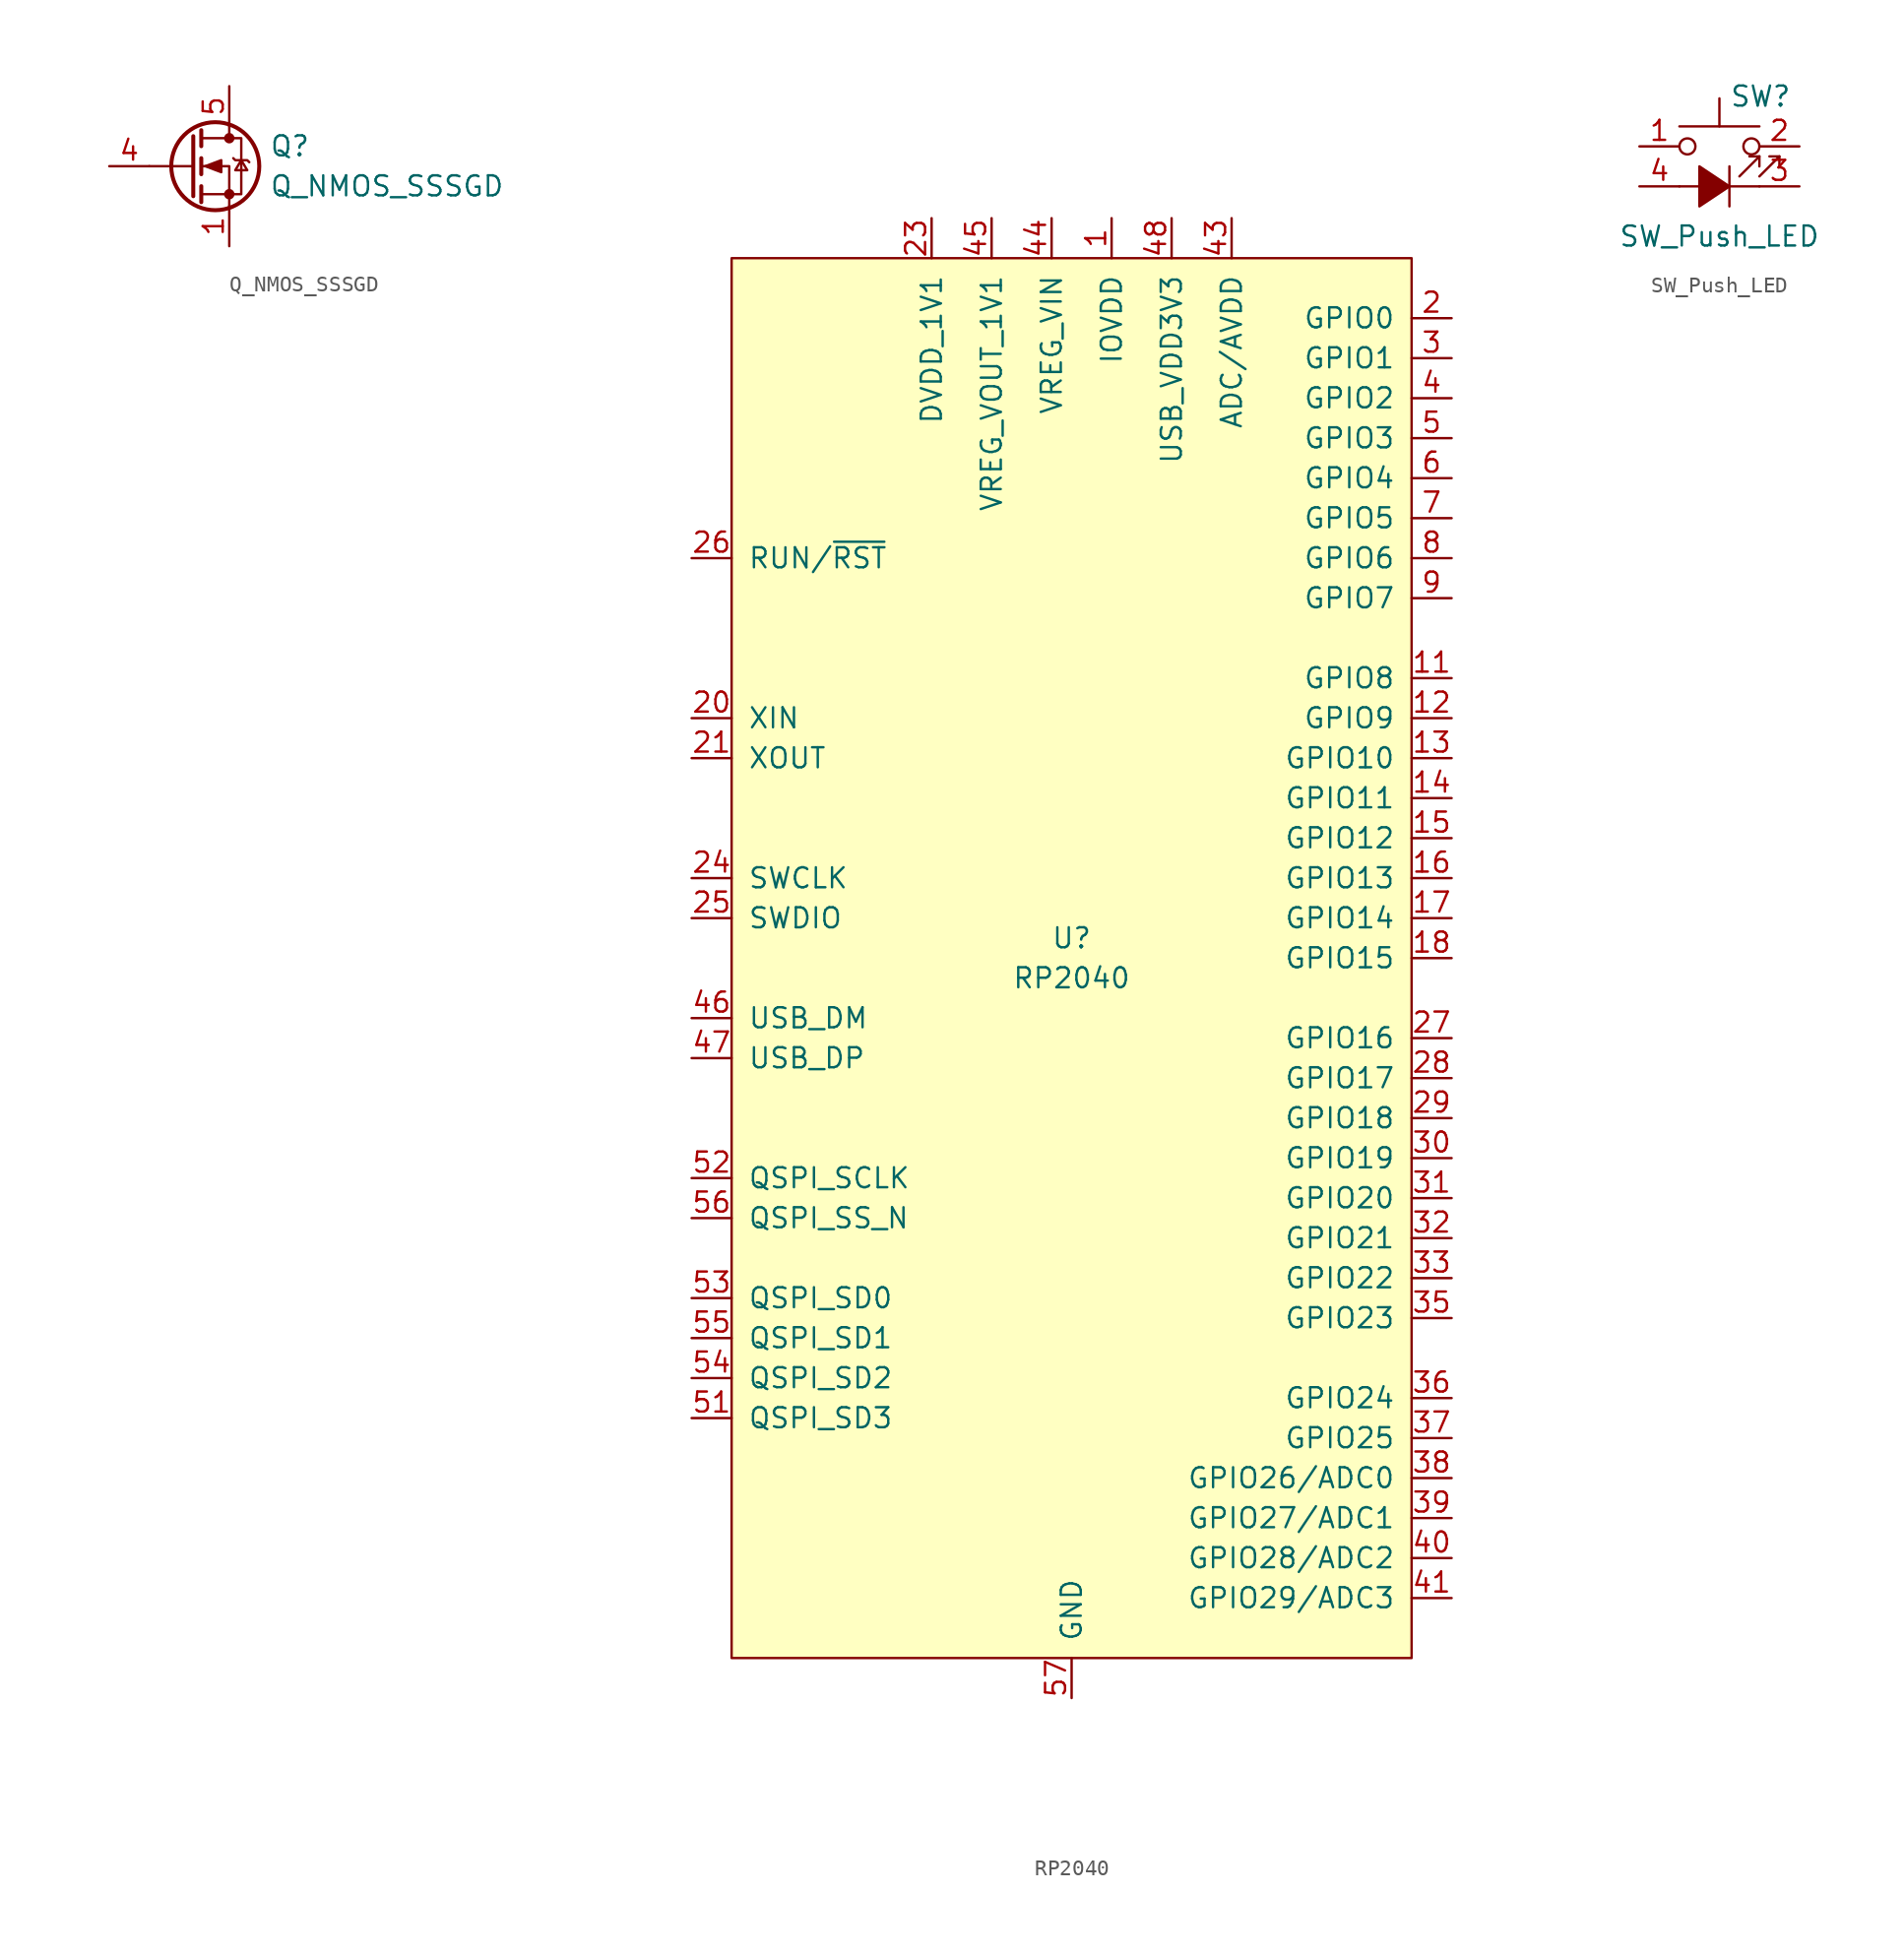
<source format=kicad_sym>
(kicad_symbol_lib
  (version 20231120)
  (generator "kicad_symbol_editor")
  (generator_version "8.0")
  (symbol "Q_NMOS_SSSGD"
    (pin_names
      (offset 0) hide)
    (property "Reference" "Q"
      (at 5.08 1.27 0)
      (effects (font (size 1.27 1.27)) (justify left)))
    (property "Value" "Q_NMOS_SSSGD"
      (at 5.08 -1.27 0)
      (effects (font (size 1.27 1.27)) (justify left)))
    (symbol "Q_NMOS_SSSGD_0_1"
      (polyline (pts (xy 0.254 0) (xy -2.54 0)) (stroke (width 0) (type solid)) (fill (type none)))
      (polyline (pts (xy 0.254 1.905) (xy 0.254 -1.905)) (stroke (width 0.254) (type solid)) (fill (type none)))
      (polyline (pts (xy 0.762 -1.27) (xy 0.762 -2.286)) (stroke (width 0.254) (type solid)) (fill (type none)))
      (polyline (pts (xy 0.762 0.508) (xy 0.762 -0.508)) (stroke (width 0.254) (type solid)) (fill (type none)))
      (polyline (pts (xy 0.762 2.286) (xy 0.762 1.27)) (stroke (width 0.254) (type solid)) (fill (type none)))
      (polyline (pts (xy 2.54 2.54) (xy 2.54 1.778)) (stroke (width 0) (type solid)) (fill (type none)))
      (polyline (pts (xy 2.54 -2.54) (xy 2.54 0) (xy 0.762 0)) (stroke (width 0) (type solid)) (fill (type none)))
      (polyline (pts (xy 0.762 -1.778) (xy 3.302 -1.778) (xy 3.302 1.778) (xy 0.762 1.778)) (stroke (width 0) (type solid)) (fill (type none)))
      (polyline (pts (xy 1.016 0) (xy 2.032 0.381) (xy 2.032 -0.381) (xy 1.016 0)) (stroke (width 0) (type solid)) (fill (type outline)))
      (polyline (pts (xy 2.794 0.508) (xy 2.921 0.381) (xy 3.683 0.381) (xy 3.81 0.254)) (stroke (width 0) (type solid)) (fill (type none)))
      (polyline (pts (xy 3.302 0.381) (xy 2.921 -0.254) (xy 3.683 -0.254) (xy 3.302 0.381)) (stroke (width 0) (type solid)) (fill (type none)))
      (circle (center 1.651 0) (radius 2.794) (stroke (width 0.254) (type solid)) (fill (type none)))
      (circle (center 2.54 -1.778) (radius 0.254) (stroke (width 0) (type solid)) (fill (type outline)))
      (circle (center 2.54 1.778) (radius 0.254) (stroke (width 0) (type solid)) (fill (type outline))))
    (symbol "Q_NMOS_SSSGD_1_1"
      (pin passive line (at 2.54 -5.08 90) (length 2.54) (name "S" (effects (font (size 1.27 1.27)))) (number "1" (effects (font (size 1.27 1.27)))))
      (pin passive line (at 2.54 -5.08 90) (length 2.54) hide (name "S" (effects (font (size 1.27 1.27)))) (number "2" (effects (font (size 1.27 1.27)))))
      (pin passive line (at 2.54 -5.08 90) (length 2.54) hide (name "S" (effects (font (size 1.27 1.27)))) (number "3" (effects (font (size 1.27 1.27)))))
      (pin input line (at -5.08 0 0) (length 2.54) (name "G" (effects (font (size 1.27 1.27)))) (number "4" (effects (font (size 1.27 1.27)))))
      (pin passive line (at 2.54 5.08 270) (length 2.54) (name "D" (effects (font (size 1.27 1.27)))) (number "5" (effects (font (size 1.27 1.27)))))))
  (symbol "RP2040"
    (pin_names
      (offset 1.016))
    (property "Reference" "U"
      (at 0 1.27 0)
      (effects (font (size 1.27 1.27))))
    (property "Value" "RP2040"
      (at 0 -1.27 0)
      (effects (font (size 1.27 1.27))))
    (symbol "RP2040_0_1"
      (rectangle (start 21.59 44.45) (end -21.59 -44.45) (stroke (width 0) (type solid)) (fill (type background))))
    (symbol "RP2040_1_1"
      (pin power_in line (at 2.54 46.99 270) (length 2.54) (name "IOVDD" (effects (font (size 1.27 1.27)))) (number "1" (effects (font (size 1.27 1.27)))))
      (pin passive line (at 2.54 46.99 270) (length 2.54) hide (name "IOVDD" (effects (font (size 1.27 1.27)))) (number "10" (effects (font (size 1.27 1.27)))))
      (pin bidirectional line (at 24.13 17.78 180) (length 2.54) (name "GPIO8" (effects (font (size 1.27 1.27)))) (number "11" (effects (font (size 1.27 1.27)))))
      (pin bidirectional line (at 24.13 15.24 180) (length 2.54) (name "GPIO9" (effects (font (size 1.27 1.27)))) (number "12" (effects (font (size 1.27 1.27)))))
      (pin bidirectional line (at 24.13 12.7 180) (length 2.54) (name "GPIO10" (effects (font (size 1.27 1.27)))) (number "13" (effects (font (size 1.27 1.27)))))
      (pin bidirectional line (at 24.13 10.16 180) (length 2.54) (name "GPIO11" (effects (font (size 1.27 1.27)))) (number "14" (effects (font (size 1.27 1.27)))))
      (pin bidirectional line (at 24.13 7.62 180) (length 2.54) (name "GPIO12" (effects (font (size 1.27 1.27)))) (number "15" (effects (font (size 1.27 1.27)))))
      (pin bidirectional line (at 24.13 5.08 180) (length 2.54) (name "GPIO13" (effects (font (size 1.27 1.27)))) (number "16" (effects (font (size 1.27 1.27)))))
      (pin bidirectional line (at 24.13 2.54 180) (length 2.54) (name "GPIO14" (effects (font (size 1.27 1.27)))) (number "17" (effects (font (size 1.27 1.27)))))
      (pin bidirectional line (at 24.13 0 180) (length 2.54) (name "GPIO15" (effects (font (size 1.27 1.27)))) (number "18" (effects (font (size 1.27 1.27)))))
      (pin passive line (at 0 -46.99 90) (length 2.54) hide (name "TESTEN" (effects (font (size 1.27 1.27)))) (number "19" (effects (font (size 1.27 1.27)))))
      (pin bidirectional line (at 24.13 40.64 180) (length 2.54) (name "GPIO0" (effects (font (size 1.27 1.27)))) (number "2" (effects (font (size 1.27 1.27)))))
      (pin input line (at -24.13 15.24 0) (length 2.54) (name "XIN" (effects (font (size 1.27 1.27)))) (number "20" (effects (font (size 1.27 1.27)))))
      (pin output line (at -24.13 12.7 0) (length 2.54) (name "XOUT" (effects (font (size 1.27 1.27)))) (number "21" (effects (font (size 1.27 1.27)))))
      (pin passive line (at 2.54 46.99 270) (length 2.54) hide (name "IOVDD" (effects (font (size 1.27 1.27)))) (number "22" (effects (font (size 1.27 1.27)))))
      (pin power_in line (at -8.89 46.99 270) (length 2.54) (name "DVDD_1V1" (effects (font (size 1.27 1.27)))) (number "23" (effects (font (size 1.27 1.27)))))
      (pin output line (at -24.13 5.08 0) (length 2.54) (name "SWCLK" (effects (font (size 1.27 1.27)))) (number "24" (effects (font (size 1.27 1.27)))))
      (pin bidirectional line (at -24.13 2.54 0) (length 2.54) (name "SWDIO" (effects (font (size 1.27 1.27)))) (number "25" (effects (font (size 1.27 1.27)))))
      (pin input line (at -24.13 25.4 0) (length 2.54) (name "RUN/~{RST}" (effects (font (size 1.27 1.27)))) (number "26" (effects (font (size 1.27 1.27)))))
      (pin bidirectional line (at 24.13 -5.08 180) (length 2.54) (name "GPIO16" (effects (font (size 1.27 1.27)))) (number "27" (effects (font (size 1.27 1.27)))))
      (pin bidirectional line (at 24.13 -7.62 180) (length 2.54) (name "GPIO17" (effects (font (size 1.27 1.27)))) (number "28" (effects (font (size 1.27 1.27)))))
      (pin bidirectional line (at 24.13 -10.16 180) (length 2.54) (name "GPIO18" (effects (font (size 1.27 1.27)))) (number "29" (effects (font (size 1.27 1.27)))))
      (pin bidirectional line (at 24.13 38.1 180) (length 2.54) (name "GPIO1" (effects (font (size 1.27 1.27)))) (number "3" (effects (font (size 1.27 1.27)))))
      (pin bidirectional line (at 24.13 -12.7 180) (length 2.54) (name "GPIO19" (effects (font (size 1.27 1.27)))) (number "30" (effects (font (size 1.27 1.27)))))
      (pin bidirectional line (at 24.13 -15.24 180) (length 2.54) (name "GPIO20" (effects (font (size 1.27 1.27)))) (number "31" (effects (font (size 1.27 1.27)))))
      (pin bidirectional line (at 24.13 -17.78 180) (length 2.54) (name "GPIO21" (effects (font (size 1.27 1.27)))) (number "32" (effects (font (size 1.27 1.27)))))
      (pin bidirectional line (at 24.13 -20.32 180) (length 2.54) (name "GPIO22" (effects (font (size 1.27 1.27)))) (number "33" (effects (font (size 1.27 1.27)))))
      (pin passive line (at 2.54 46.99 270) (length 2.54) hide (name "IOVDD" (effects (font (size 1.27 1.27)))) (number "34" (effects (font (size 1.27 1.27)))))
      (pin bidirectional line (at 24.13 -22.86 180) (length 2.54) (name "GPIO23" (effects (font (size 1.27 1.27)))) (number "35" (effects (font (size 1.27 1.27)))))
      (pin bidirectional line (at 24.13 -27.94 180) (length 2.54) (name "GPIO24" (effects (font (size 1.27 1.27)))) (number "36" (effects (font (size 1.27 1.27)))))
      (pin bidirectional line (at 24.13 -30.48 180) (length 2.54) (name "GPIO25" (effects (font (size 1.27 1.27)))) (number "37" (effects (font (size 1.27 1.27)))))
      (pin bidirectional line (at 24.13 -33.02 180) (length 2.54) (name "GPIO26/ADC0" (effects (font (size 1.27 1.27)))) (number "38" (effects (font (size 1.27 1.27)))))
      (pin bidirectional line (at 24.13 -35.56 180) (length 2.54) (name "GPIO27/ADC1" (effects (font (size 1.27 1.27)))) (number "39" (effects (font (size 1.27 1.27)))))
      (pin bidirectional line (at 24.13 35.56 180) (length 2.54) (name "GPIO2" (effects (font (size 1.27 1.27)))) (number "4" (effects (font (size 1.27 1.27)))))
      (pin bidirectional line (at 24.13 -38.1 180) (length 2.54) (name "GPIO28/ADC2" (effects (font (size 1.27 1.27)))) (number "40" (effects (font (size 1.27 1.27)))))
      (pin bidirectional line (at 24.13 -40.64 180) (length 2.54) (name "GPIO29/ADC3" (effects (font (size 1.27 1.27)))) (number "41" (effects (font (size 1.27 1.27)))))
      (pin passive line (at 2.54 46.99 270) (length 2.54) hide (name "IOVDD" (effects (font (size 1.27 1.27)))) (number "42" (effects (font (size 1.27 1.27)))))
      (pin power_in line (at 10.16 46.99 270) (length 2.54) (name "ADC/AVDD" (effects (font (size 1.27 1.27)))) (number "43" (effects (font (size 1.27 1.27)))))
      (pin power_in line (at -1.27 46.99 270) (length 2.54) (name "VREG_VIN" (effects (font (size 1.27 1.27)))) (number "44" (effects (font (size 1.27 1.27)))))
      (pin power_out line (at -5.08 46.99 270) (length 2.54) (name "VREG_VOUT_1V1" (effects (font (size 1.27 1.27)))) (number "45" (effects (font (size 1.27 1.27)))))
      (pin bidirectional line (at -24.13 -3.81 0) (length 2.54) (name "USB_DM" (effects (font (size 1.27 1.27)))) (number "46" (effects (font (size 1.27 1.27)))))
      (pin bidirectional line (at -24.13 -6.35 0) (length 2.54) (name "USB_DP" (effects (font (size 1.27 1.27)))) (number "47" (effects (font (size 1.27 1.27)))))
      (pin power_in line (at 6.35 46.99 270) (length 2.54) (name "USB_VDD3V3" (effects (font (size 1.27 1.27)))) (number "48" (effects (font (size 1.27 1.27)))))
      (pin passive line (at 2.54 46.99 270) (length 2.54) hide (name "IOVDD" (effects (font (size 1.27 1.27)))) (number "49" (effects (font (size 1.27 1.27)))))
      (pin bidirectional line (at 24.13 33.02 180) (length 2.54) (name "GPIO3" (effects (font (size 1.27 1.27)))) (number "5" (effects (font (size 1.27 1.27)))))
      (pin passive line (at -8.89 46.99 270) (length 2.54) hide (name "DVDD" (effects (font (size 1.27 1.27)))) (number "50" (effects (font (size 1.27 1.27)))))
      (pin bidirectional line (at -24.13 -29.21 0) (length 2.54) (name "QSPI_SD3" (effects (font (size 1.27 1.27)))) (number "51" (effects (font (size 1.27 1.27)))))
      (pin bidirectional line (at -24.13 -13.97 0) (length 2.54) (name "QSPI_SCLK" (effects (font (size 1.27 1.27)))) (number "52" (effects (font (size 1.27 1.27)))))
      (pin bidirectional line (at -24.13 -21.59 0) (length 2.54) (name "QSPI_SD0" (effects (font (size 1.27 1.27)))) (number "53" (effects (font (size 1.27 1.27)))))
      (pin bidirectional line (at -24.13 -26.67 0) (length 2.54) (name "QSPI_SD2" (effects (font (size 1.27 1.27)))) (number "54" (effects (font (size 1.27 1.27)))))
      (pin bidirectional line (at -24.13 -24.13 0) (length 2.54) (name "QSPI_SD1" (effects (font (size 1.27 1.27)))) (number "55" (effects (font (size 1.27 1.27)))))
      (pin bidirectional line (at -24.13 -16.51 0) (length 2.54) (name "QSPI_SS_N" (effects (font (size 1.27 1.27)))) (number "56" (effects (font (size 1.27 1.27)))))
      (pin bidirectional line (at 0 -46.99 90) (length 2.54) (name "GND" (effects (font (size 1.27 1.27)))) (number "57" (effects (font (size 1.27 1.27)))))
      (pin bidirectional line (at 24.13 30.48 180) (length 2.54) (name "GPIO4" (effects (font (size 1.27 1.27)))) (number "6" (effects (font (size 1.27 1.27)))))
      (pin bidirectional line (at 24.13 27.94 180) (length 2.54) (name "GPIO5" (effects (font (size 1.27 1.27)))) (number "7" (effects (font (size 1.27 1.27)))))
      (pin bidirectional line (at 24.13 25.4 180) (length 2.54) (name "GPIO6" (effects (font (size 1.27 1.27)))) (number "8" (effects (font (size 1.27 1.27)))))
      (pin bidirectional line (at 24.13 22.86 180) (length 2.54) (name "GPIO7" (effects (font (size 1.27 1.27)))) (number "9" (effects (font (size 1.27 1.27)))))))
  (symbol "SW_Push_LED"
    (pin_names
      (offset 1.016) hide)
    (property "Reference" "SW"
      (at 0.635 5.715 0)
      (effects (font (size 1.27 1.27)) (justify left)))
    (property "Value" "SW_Push_LED"
      (at 0 -3.175 0)
      (effects (font (size 1.27 1.27))))
    (symbol "SW_Push_LED_0_0"
      (polyline (pts (xy 0.635 -1.27) (xy 0.635 1.27)) (stroke (width 0) (type solid)) (fill (type none)))
      (polyline (pts (xy 2.54 0) (xy -2.54 0)) (stroke (width 0) (type solid)) (fill (type none)))
      (polyline (pts (xy 2.54 1.905) (xy 1.27 0.635)) (stroke (width 0) (type solid)) (fill (type none)))
      (polyline (pts (xy 3.81 1.905) (xy 2.54 0.635)) (stroke (width 0) (type solid)) (fill (type none)))
      (polyline (pts (xy 2.54 1.27) (xy 2.54 1.905) (xy 1.905 1.905)) (stroke (width 0) (type solid)) (fill (type none)))
      (polyline (pts (xy 3.81 1.27) (xy 3.81 1.905) (xy 3.175 1.905)) (stroke (width 0) (type solid)) (fill (type none)))
      (polyline (pts (xy 0.635 0) (xy -1.27 -1.27) (xy -1.27 1.27) (xy 0.635 0)) (stroke (width 0) (type solid)) (fill (type outline))))
    (symbol "SW_Push_LED_0_1"
      (circle (center -2.032 2.54) (radius 0.508) (stroke (width 0) (type solid)) (fill (type none)))
      (polyline (pts (xy 0 3.81) (xy 0 5.588)) (stroke (width 0) (type solid)) (fill (type none)))
      (polyline (pts (xy 2.54 3.81) (xy -2.54 3.81)) (stroke (width 0) (type solid)) (fill (type none)))
      (circle (center 2.032 2.54) (radius 0.508) (stroke (width 0) (type solid)) (fill (type none)))
      (pin passive line (at -5.08 2.54 0) (length 2.54) (name "1" (effects (font (size 1.27 1.27)))) (number "1" (effects (font (size 1.27 1.27)))))
      (pin passive line (at 5.08 2.54 180) (length 2.54) (name "2" (effects (font (size 1.27 1.27)))) (number "2" (effects (font (size 1.27 1.27)))))
      (pin passive line (at 5.08 0 180) (length 2.54) (name "K" (effects (font (size 1.27 1.27)))) (number "3" (effects (font (size 1.27 1.27)))))
      (pin passive line (at -5.08 0 0) (length 2.54) (name "A" (effects (font (size 1.27 1.27)))) (number "4" (effects (font (size 1.27 1.27))))))))
</source>
